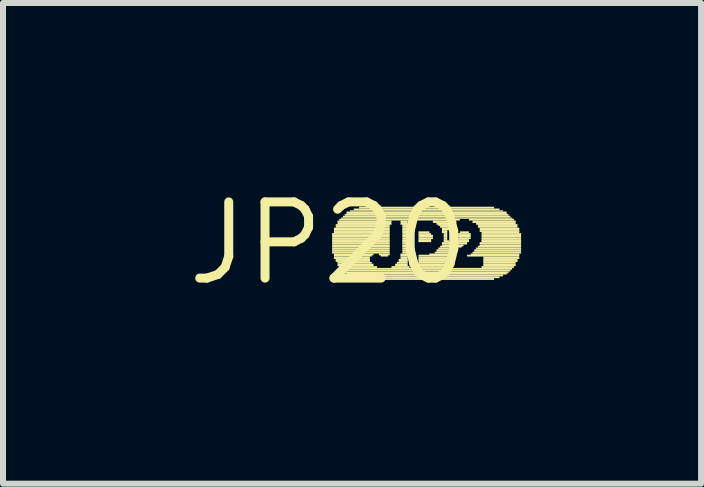
<source format=kicad_pcb>
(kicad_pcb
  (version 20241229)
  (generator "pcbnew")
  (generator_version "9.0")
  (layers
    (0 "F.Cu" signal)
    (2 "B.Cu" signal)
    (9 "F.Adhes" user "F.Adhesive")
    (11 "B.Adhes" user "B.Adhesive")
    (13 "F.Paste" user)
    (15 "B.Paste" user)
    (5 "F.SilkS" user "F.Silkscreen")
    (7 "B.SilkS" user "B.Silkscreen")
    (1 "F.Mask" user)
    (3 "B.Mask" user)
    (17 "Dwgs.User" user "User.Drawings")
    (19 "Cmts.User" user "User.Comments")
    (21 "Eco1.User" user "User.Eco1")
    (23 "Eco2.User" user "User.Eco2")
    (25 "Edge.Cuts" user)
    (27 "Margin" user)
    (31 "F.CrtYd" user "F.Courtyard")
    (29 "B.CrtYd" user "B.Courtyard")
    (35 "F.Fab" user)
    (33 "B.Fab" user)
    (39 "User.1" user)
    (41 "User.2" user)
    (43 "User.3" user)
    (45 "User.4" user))
  (footprint "JP20"
    (layer "F.Cu")
    (at 2.426 1.006)
    (property "Reference" "JP20" (at 0 0 0) (layer "F.SilkS") (effects (font (size 1.27 1.27) (thickness 0.15))))
    (fp_poly (pts (xy 0.06 -0.14) (xy 1.02 -0.14) (xy 1.02 -0.17) (xy 0.06 -0.17)) (stroke (width 0) (type solid)) (fill yes) (layer "F.SilkS"))
    (fp_poly (pts (xy 0.06 -0.1) (xy 1.02 -0.1) (xy 1.02 -0.14) (xy 0.06 -0.14)) (stroke (width 0) (type solid)) (fill yes) (layer "F.SilkS"))
    (fp_poly (pts (xy 0.06 -0.07) (xy 1.02 -0.07) (xy 1.02 -0.1) (xy 0.06 -0.1)) (stroke (width 0) (type solid)) (fill yes) (layer "F.SilkS"))
    (fp_poly (pts (xy 0.06 -0.04) (xy 1.02 -0.04) (xy 1.02 -0.07) (xy 0.06 -0.07)) (stroke (width 0) (type solid)) (fill yes) (layer "F.SilkS"))
    (fp_poly (pts (xy 0.06 -0.02) (xy 1.02 -0.02) (xy 1.02 -0.05) (xy 0.06 -0.05)) (stroke (width 0) (type solid)) (fill yes) (layer "F.SilkS"))
    (fp_poly (pts (xy 0.06 0.02) (xy 1.02 0.02) (xy 1.02 -0.02) (xy 0.06 -0.02)) (stroke (width 0) (type solid)) (fill yes) (layer "F.SilkS"))
    (fp_poly (pts (xy 0.06 0.05) (xy 1.02 0.05) (xy 1.02 0.02) (xy 0.06 0.02)) (stroke (width 0) (type solid)) (fill yes) (layer "F.SilkS"))
    (fp_poly (pts (xy 0.06 0.07) (xy 1.02 0.07) (xy 1.02 0.04) (xy 0.06 0.04)) (stroke (width 0) (type solid)) (fill yes) (layer "F.SilkS"))
    (fp_poly (pts (xy 0.06 0.1) (xy 1.02 0.1) (xy 1.02 0.07) (xy 0.06 0.07)) (stroke (width 0) (type solid)) (fill yes) (layer "F.SilkS"))
    (fp_poly (pts (xy 0.06 0.14) (xy 1.02 0.14) (xy 1.02 0.1) (xy 0.06 0.1)) (stroke (width 0) (type solid)) (fill yes) (layer "F.SilkS"))
    (fp_poly (pts (xy 0.06 0.17) (xy 1.02 0.17) (xy 1.02 0.14) (xy 0.06 0.14)) (stroke (width 0) (type solid)) (fill yes) (layer "F.SilkS"))
    (fp_poly (pts (xy 0.09 -0.22) (xy 1.02 -0.22) (xy 1.02 -0.26) (xy 0.09 -0.26)) (stroke (width 0) (type solid)) (fill yes) (layer "F.SilkS"))
    (fp_poly (pts (xy 0.09 -0.19) (xy 1.02 -0.19) (xy 1.02 -0.22) (xy 0.09 -0.22)) (stroke (width 0) (type solid)) (fill yes) (layer "F.SilkS"))
    (fp_poly (pts (xy 0.09 -0.17) (xy 1.02 -0.17) (xy 1.02 -0.2) (xy 0.09 -0.2)) (stroke (width 0) (type solid)) (fill yes) (layer "F.SilkS"))
    (fp_poly (pts (xy 0.09 0.2) (xy 0.75 0.2) (xy 0.75 0.17) (xy 0.09 0.17)) (stroke (width 0) (type solid)) (fill yes) (layer "F.SilkS"))
    (fp_poly (pts (xy 0.09 0.22) (xy 0.72 0.22) (xy 0.72 0.19) (xy 0.09 0.19)) (stroke (width 0) (type solid)) (fill yes) (layer "F.SilkS"))
    (fp_poly (pts (xy 0.09 0.26) (xy 0.69 0.26) (xy 0.69 0.22) (xy 0.09 0.22)) (stroke (width 0) (type solid)) (fill yes) (layer "F.SilkS"))
    (fp_poly (pts (xy 0.12 -0.29) (xy 1.02 -0.29) (xy 1.02 -0.32) (xy 0.12 -0.32)) (stroke (width 0) (type solid)) (fill yes) (layer "F.SilkS"))
    (fp_poly (pts (xy 0.12 -0.26) (xy 1.02 -0.26) (xy 1.02 -0.29) (xy 0.12 -0.29)) (stroke (width 0) (type solid)) (fill yes) (layer "F.SilkS"))
    (fp_poly (pts (xy 0.12 0.29) (xy 0.69 0.29) (xy 0.69 0.26) (xy 0.12 0.26)) (stroke (width 0) (type solid)) (fill yes) (layer "F.SilkS"))
    (fp_poly (pts (xy 0.12 0.31) (xy 0.69 0.31) (xy 0.69 0.28) (xy 0.12 0.28)) (stroke (width 0) (type solid)) (fill yes) (layer "F.SilkS"))
    (fp_poly (pts (xy 0.15 -0.34) (xy 1.05 -0.34) (xy 1.05 -0.38) (xy 0.15 -0.38)) (stroke (width 0) (type solid)) (fill yes) (layer "F.SilkS"))
    (fp_poly (pts (xy 0.15 -0.31) (xy 1.05 -0.31) (xy 1.05 -0.34) (xy 0.15 -0.34)) (stroke (width 0) (type solid)) (fill yes) (layer "F.SilkS"))
    (fp_poly (pts (xy 0.15 0.34) (xy 0.72 0.34) (xy 0.72 0.31) (xy 0.15 0.31)) (stroke (width 0) (type solid)) (fill yes) (layer "F.SilkS"))
    (fp_poly (pts (xy 0.15 0.38) (xy 0.75 0.38) (xy 0.75 0.34) (xy 0.15 0.34)) (stroke (width 0) (type solid)) (fill yes) (layer "F.SilkS"))
    (fp_poly (pts (xy 0.18 -0.38) (xy 2.19 -0.38) (xy 2.19 -0.41) (xy 0.18 -0.41)) (stroke (width 0) (type solid)) (fill yes) (layer "F.SilkS"))
    (fp_poly (pts (xy 0.18 0.41) (xy 0.81 0.41) (xy 0.81 0.38) (xy 0.18 0.38)) (stroke (width 0) (type solid)) (fill yes) (layer "F.SilkS"))
    (fp_poly (pts (xy 0.21 -0.41) (xy 3.06 -0.41) (xy 3.06 -0.43) (xy 0.21 -0.43)) (stroke (width 0) (type solid)) (fill yes) (layer "F.SilkS"))
    (fp_poly (pts (xy 0.21 0.44) (xy 3.06 0.44) (xy 3.06 0.41) (xy 0.21 0.41)) (stroke (width 0) (type solid)) (fill yes) (layer "F.SilkS"))
    (fp_poly (pts (xy 0.24 -0.43) (xy 3.03 -0.43) (xy 3.03 -0.46) (xy 0.24 -0.46)) (stroke (width 0) (type solid)) (fill yes) (layer "F.SilkS"))
    (fp_poly (pts (xy 0.24 0.47) (xy 3.03 0.47) (xy 3.03 0.44) (xy 0.24 0.44)) (stroke (width 0) (type solid)) (fill yes) (layer "F.SilkS"))
    (fp_poly (pts (xy 0.27 -0.46) (xy 3 -0.46) (xy 3 -0.49) (xy 0.27 -0.49)) (stroke (width 0) (type solid)) (fill yes) (layer "F.SilkS"))
    (fp_poly (pts (xy 0.27 0.5) (xy 3 0.5) (xy 3 0.47) (xy 0.27 0.47)) (stroke (width 0) (type solid)) (fill yes) (layer "F.SilkS"))
    (fp_poly (pts (xy 0.3 -0.49) (xy 2.97 -0.49) (xy 2.97 -0.53) (xy 0.3 -0.53)) (stroke (width 0) (type solid)) (fill yes) (layer "F.SilkS"))
    (fp_poly (pts (xy 0.3 0.52) (xy 2.97 0.52) (xy 2.97 0.49) (xy 0.3 0.49)) (stroke (width 0) (type solid)) (fill yes) (layer "F.SilkS"))
    (fp_poly (pts (xy 0.36 -0.53) (xy 2.91 -0.53) (xy 2.91 -0.55) (xy 0.36 -0.55)) (stroke (width 0) (type solid)) (fill yes) (layer "F.SilkS"))
    (fp_poly (pts (xy 0.36 0.55) (xy 2.91 0.55) (xy 2.91 0.52) (xy 0.36 0.52)) (stroke (width 0) (type solid)) (fill yes) (layer "F.SilkS"))
    (fp_poly (pts (xy 0.42 -0.55) (xy 2.85 -0.55) (xy 2.85 -0.58) (xy 0.42 -0.58)) (stroke (width 0) (type solid)) (fill yes) (layer "F.SilkS"))
    (fp_poly (pts (xy 0.42 0.58) (xy 2.85 0.58) (xy 2.85 0.55) (xy 0.42 0.55)) (stroke (width 0) (type solid)) (fill yes) (layer "F.SilkS"))
    (fp_poly (pts (xy 0.51 -0.58) (xy 2.76 -0.58) (xy 2.76 -0.61) (xy 0.51 -0.61)) (stroke (width 0) (type solid)) (fill yes) (layer "F.SilkS"))
    (fp_poly (pts (xy 0.51 0.61) (xy 2.76 0.61) (xy 2.76 0.58) (xy 0.51 0.58)) (stroke (width 0) (type solid)) (fill yes) (layer "F.SilkS"))
    (fp_poly (pts (xy 0.84 0.2) (xy 1.02 0.2) (xy 1.02 0.17) (xy 0.84 0.17)) (stroke (width 0) (type solid)) (fill yes) (layer "F.SilkS"))
    (fp_poly (pts (xy 0.87 0.22) (xy 0.99 0.22) (xy 0.99 0.19) (xy 0.87 0.19)) (stroke (width 0) (type solid)) (fill yes) (layer "F.SilkS"))
    (fp_poly (pts (xy 1.05 0.41) (xy 1.35 0.41) (xy 1.35 0.38) (xy 1.05 0.38)) (stroke (width 0) (type solid)) (fill yes) (layer "F.SilkS"))
    (fp_poly (pts (xy 1.11 0.38) (xy 1.32 0.38) (xy 1.32 0.34) (xy 1.11 0.34)) (stroke (width 0) (type solid)) (fill yes) (layer "F.SilkS"))
    (fp_poly (pts (xy 1.14 0.34) (xy 1.32 0.34) (xy 1.32 0.31) (xy 1.14 0.31)) (stroke (width 0) (type solid)) (fill yes) (layer "F.SilkS"))
    (fp_poly (pts (xy 1.17 0.29) (xy 1.32 0.29) (xy 1.32 0.26) (xy 1.17 0.26)) (stroke (width 0) (type solid)) (fill yes) (layer "F.SilkS"))
    (fp_poly (pts (xy 1.17 0.31) (xy 1.32 0.31) (xy 1.32 0.28) (xy 1.17 0.28)) (stroke (width 0) (type solid)) (fill yes) (layer "F.SilkS"))
    (fp_poly (pts (xy 1.2 -0.34) (xy 1.32 -0.34) (xy 1.32 -0.38) (xy 1.2 -0.38)) (stroke (width 0) (type solid)) (fill yes) (layer "F.SilkS"))
    (fp_poly (pts (xy 1.2 -0.31) (xy 1.32 -0.31) (xy 1.32 -0.34) (xy 1.2 -0.34)) (stroke (width 0) (type solid)) (fill yes) (layer "F.SilkS"))
    (fp_poly (pts (xy 1.2 0.2) (xy 1.32 0.2) (xy 1.32 0.17) (xy 1.2 0.17)) (stroke (width 0) (type solid)) (fill yes) (layer "F.SilkS"))
    (fp_poly (pts (xy 1.2 0.22) (xy 1.32 0.22) (xy 1.32 0.19) (xy 1.2 0.19)) (stroke (width 0) (type solid)) (fill yes) (layer "F.SilkS"))
    (fp_poly (pts (xy 1.2 0.26) (xy 1.32 0.26) (xy 1.32 0.22) (xy 1.2 0.22)) (stroke (width 0) (type solid)) (fill yes) (layer "F.SilkS"))
    (fp_poly (pts (xy 1.23 -0.29) (xy 1.32 -0.29) (xy 1.32 -0.32) (xy 1.23 -0.32)) (stroke (width 0) (type solid)) (fill yes) (layer "F.SilkS"))
    (fp_poly (pts (xy 1.23 -0.26) (xy 1.32 -0.26) (xy 1.32 -0.29) (xy 1.23 -0.29)) (stroke (width 0) (type solid)) (fill yes) (layer "F.SilkS"))
    (fp_poly (pts (xy 1.23 -0.22) (xy 1.32 -0.22) (xy 1.32 -0.26) (xy 1.23 -0.26)) (stroke (width 0) (type solid)) (fill yes) (layer "F.SilkS"))
    (fp_poly (pts (xy 1.23 -0.19) (xy 1.32 -0.19) (xy 1.32 -0.22) (xy 1.23 -0.22)) (stroke (width 0) (type solid)) (fill yes) (layer "F.SilkS"))
    (fp_poly (pts (xy 1.23 -0.17) (xy 1.32 -0.17) (xy 1.32 -0.2) (xy 1.23 -0.2)) (stroke (width 0) (type solid)) (fill yes) (layer "F.SilkS"))
    (fp_poly (pts (xy 1.23 -0.14) (xy 1.32 -0.14) (xy 1.32 -0.17) (xy 1.23 -0.17)) (stroke (width 0) (type solid)) (fill yes) (layer "F.SilkS"))
    (fp_poly (pts (xy 1.23 -0.1) (xy 1.32 -0.1) (xy 1.32 -0.14) (xy 1.23 -0.14)) (stroke (width 0) (type solid)) (fill yes) (layer "F.SilkS"))
    (fp_poly (pts (xy 1.23 -0.07) (xy 1.32 -0.07) (xy 1.32 -0.1) (xy 1.23 -0.1)) (stroke (width 0) (type solid)) (fill yes) (layer "F.SilkS"))
    (fp_poly (pts (xy 1.23 -0.04) (xy 1.32 -0.04) (xy 1.32 -0.07) (xy 1.23 -0.07)) (stroke (width 0) (type solid)) (fill yes) (layer "F.SilkS"))
    (fp_poly (pts (xy 1.23 -0.02) (xy 1.32 -0.02) (xy 1.32 -0.05) (xy 1.23 -0.05)) (stroke (width 0) (type solid)) (fill yes) (layer "F.SilkS"))
    (fp_poly (pts (xy 1.23 0.02) (xy 1.32 0.02) (xy 1.32 -0.02) (xy 1.23 -0.02)) (stroke (width 0) (type solid)) (fill yes) (layer "F.SilkS"))
    (fp_poly (pts (xy 1.23 0.05) (xy 1.32 0.05) (xy 1.32 0.02) (xy 1.23 0.02)) (stroke (width 0) (type solid)) (fill yes) (layer "F.SilkS"))
    (fp_poly (pts (xy 1.23 0.07) (xy 1.32 0.07) (xy 1.32 0.04) (xy 1.23 0.04)) (stroke (width 0) (type solid)) (fill yes) (layer "F.SilkS"))
    (fp_poly (pts (xy 1.23 0.1) (xy 1.32 0.1) (xy 1.32 0.07) (xy 1.23 0.07)) (stroke (width 0) (type solid)) (fill yes) (layer "F.SilkS"))
    (fp_poly (pts (xy 1.23 0.14) (xy 1.32 0.14) (xy 1.32 0.1) (xy 1.23 0.1)) (stroke (width 0) (type solid)) (fill yes) (layer "F.SilkS"))
    (fp_poly (pts (xy 1.23 0.17) (xy 1.32 0.17) (xy 1.32 0.14) (xy 1.23 0.14)) (stroke (width 0) (type solid)) (fill yes) (layer "F.SilkS"))
    (fp_poly (pts (xy 1.47 0.41) (xy 2.01 0.41) (xy 2.01 0.38) (xy 1.47 0.38)) (stroke (width 0) (type solid)) (fill yes) (layer "F.SilkS"))
    (fp_poly (pts (xy 1.5 -0.17) (xy 1.68 -0.17) (xy 1.68 -0.2) (xy 1.5 -0.2)) (stroke (width 0) (type solid)) (fill yes) (layer "F.SilkS"))
    (fp_poly (pts (xy 1.5 -0.14) (xy 1.71 -0.14) (xy 1.71 -0.17) (xy 1.5 -0.17)) (stroke (width 0) (type solid)) (fill yes) (layer "F.SilkS"))
    (fp_poly (pts (xy 1.5 -0.1) (xy 1.74 -0.1) (xy 1.74 -0.14) (xy 1.5 -0.14)) (stroke (width 0) (type solid)) (fill yes) (layer "F.SilkS"))
    (fp_poly (pts (xy 1.5 -0.07) (xy 1.74 -0.07) (xy 1.74 -0.1) (xy 1.5 -0.1)) (stroke (width 0) (type solid)) (fill yes) (layer "F.SilkS"))
    (fp_poly (pts (xy 1.5 -0.04) (xy 1.71 -0.04) (xy 1.71 -0.07) (xy 1.5 -0.07)) (stroke (width 0) (type solid)) (fill yes) (layer "F.SilkS"))
    (fp_poly (pts (xy 1.5 -0.02) (xy 1.71 -0.02) (xy 1.71 -0.05) (xy 1.5 -0.05)) (stroke (width 0) (type solid)) (fill yes) (layer "F.SilkS"))
    (fp_poly (pts (xy 1.5 0.22) (xy 2.01 0.22) (xy 2.01 0.19) (xy 1.5 0.19)) (stroke (width 0) (type solid)) (fill yes) (layer "F.SilkS"))
    (fp_poly (pts (xy 1.5 0.26) (xy 1.98 0.26) (xy 1.98 0.22) (xy 1.5 0.22)) (stroke (width 0) (type solid)) (fill yes) (layer "F.SilkS"))
    (fp_poly (pts (xy 1.5 0.29) (xy 1.98 0.29) (xy 1.98 0.26) (xy 1.5 0.26)) (stroke (width 0) (type solid)) (fill yes) (layer "F.SilkS"))
    (fp_poly (pts (xy 1.5 0.31) (xy 1.98 0.31) (xy 1.98 0.28) (xy 1.5 0.28)) (stroke (width 0) (type solid)) (fill yes) (layer "F.SilkS"))
    (fp_poly (pts (xy 1.5 0.34) (xy 1.98 0.34) (xy 1.98 0.31) (xy 1.5 0.31)) (stroke (width 0) (type solid)) (fill yes) (layer "F.SilkS"))
    (fp_poly (pts (xy 1.5 0.38) (xy 1.98 0.38) (xy 1.98 0.34) (xy 1.5 0.34)) (stroke (width 0) (type solid)) (fill yes) (layer "F.SilkS"))
    (fp_poly (pts (xy 1.68 0.2) (xy 2.04 0.2) (xy 2.04 0.17) (xy 1.68 0.17)) (stroke (width 0) (type solid)) (fill yes) (layer "F.SilkS"))
    (fp_poly (pts (xy 1.74 -0.34) (xy 2.13 -0.34) (xy 2.13 -0.38) (xy 1.74 -0.38)) (stroke (width 0) (type solid)) (fill yes) (layer "F.SilkS"))
    (fp_poly (pts (xy 1.77 0.17) (xy 2.07 0.17) (xy 2.07 0.14) (xy 1.77 0.14)) (stroke (width 0) (type solid)) (fill yes) (layer "F.SilkS"))
    (fp_poly (pts (xy 1.8 -0.31) (xy 2.07 -0.31) (xy 2.07 -0.34) (xy 1.8 -0.34)) (stroke (width 0) (type solid)) (fill yes) (layer "F.SilkS"))
    (fp_poly (pts (xy 1.8 0.14) (xy 2.1 0.14) (xy 2.1 0.1) (xy 1.8 0.1)) (stroke (width 0) (type solid)) (fill yes) (layer "F.SilkS"))
    (fp_poly (pts (xy 1.83 -0.29) (xy 2.04 -0.29) (xy 2.04 -0.32) (xy 1.83 -0.32)) (stroke (width 0) (type solid)) (fill yes) (layer "F.SilkS"))
    (fp_poly (pts (xy 1.83 0.1) (xy 2.16 0.1) (xy 2.16 0.07) (xy 1.83 0.07)) (stroke (width 0) (type solid)) (fill yes) (layer "F.SilkS"))
    (fp_poly (pts (xy 1.86 -0.26) (xy 2.01 -0.26) (xy 2.01 -0.29) (xy 1.86 -0.29)) (stroke (width 0) (type solid)) (fill yes) (layer "F.SilkS"))
    (fp_poly (pts (xy 1.86 0.07) (xy 2.22 0.07) (xy 2.22 0.04) (xy 1.86 0.04)) (stroke (width 0) (type solid)) (fill yes) (layer "F.SilkS"))
    (fp_poly (pts (xy 1.89 -0.22) (xy 2.01 -0.22) (xy 2.01 -0.26) (xy 1.89 -0.26)) (stroke (width 0) (type solid)) (fill yes) (layer "F.SilkS"))
    (fp_poly (pts (xy 1.89 -0.19) (xy 1.98 -0.19) (xy 1.98 -0.22) (xy 1.89 -0.22)) (stroke (width 0) (type solid)) (fill yes) (layer "F.SilkS"))
    (fp_poly (pts (xy 1.89 -0.17) (xy 1.98 -0.17) (xy 1.98 -0.2) (xy 1.89 -0.2)) (stroke (width 0) (type solid)) (fill yes) (layer "F.SilkS"))
    (fp_poly (pts (xy 1.89 0.02) (xy 2.31 0.02) (xy 2.31 -0.02) (xy 1.89 -0.02)) (stroke (width 0) (type solid)) (fill yes) (layer "F.SilkS"))
    (fp_poly (pts (xy 1.89 0.05) (xy 2.25 0.05) (xy 2.25 0.02) (xy 1.89 0.02)) (stroke (width 0) (type solid)) (fill yes) (layer "F.SilkS"))
    (fp_poly (pts (xy 1.92 -0.14) (xy 1.98 -0.14) (xy 1.98 -0.17) (xy 1.92 -0.17)) (stroke (width 0) (type solid)) (fill yes) (layer "F.SilkS"))
    (fp_poly (pts (xy 1.92 -0.1) (xy 1.98 -0.1) (xy 1.98 -0.14) (xy 1.92 -0.14)) (stroke (width 0) (type solid)) (fill yes) (layer "F.SilkS"))
    (fp_poly (pts (xy 1.92 -0.07) (xy 1.98 -0.07) (xy 1.98 -0.1) (xy 1.92 -0.1)) (stroke (width 0) (type solid)) (fill yes) (layer "F.SilkS"))
    (fp_poly (pts (xy 1.92 -0.04) (xy 1.98 -0.04) (xy 1.98 -0.07) (xy 1.92 -0.07)) (stroke (width 0) (type solid)) (fill yes) (layer "F.SilkS"))
    (fp_poly (pts (xy 1.92 -0.02) (xy 2.01 -0.02) (xy 2.01 -0.05) (xy 1.92 -0.05)) (stroke (width 0) (type solid)) (fill yes) (layer "F.SilkS"))
    (fp_poly (pts (xy 2.13 -0.02) (xy 2.34 -0.02) (xy 2.34 -0.05) (xy 2.13 -0.05)) (stroke (width 0) (type solid)) (fill yes) (layer "F.SilkS"))
    (fp_poly (pts (xy 2.16 -0.14) (xy 2.37 -0.14) (xy 2.37 -0.17) (xy 2.16 -0.17)) (stroke (width 0) (type solid)) (fill yes) (layer "F.SilkS"))
    (fp_poly (pts (xy 2.16 -0.1) (xy 2.37 -0.1) (xy 2.37 -0.14) (xy 2.16 -0.14)) (stroke (width 0) (type solid)) (fill yes) (layer "F.SilkS"))
    (fp_poly (pts (xy 2.16 -0.07) (xy 2.37 -0.07) (xy 2.37 -0.1) (xy 2.16 -0.1)) (stroke (width 0) (type solid)) (fill yes) (layer "F.SilkS"))
    (fp_poly (pts (xy 2.16 -0.04) (xy 2.34 -0.04) (xy 2.34 -0.07) (xy 2.16 -0.07)) (stroke (width 0) (type solid)) (fill yes) (layer "F.SilkS"))
    (fp_poly (pts (xy 2.19 -0.17) (xy 2.34 -0.17) (xy 2.34 -0.2) (xy 2.19 -0.2)) (stroke (width 0) (type solid)) (fill yes) (layer "F.SilkS"))
    (fp_poly (pts (xy 2.31 0.22) (xy 3.18 0.22) (xy 3.18 0.19) (xy 2.31 0.19)) (stroke (width 0) (type solid)) (fill yes) (layer "F.SilkS"))
    (fp_poly (pts (xy 2.34 -0.38) (xy 3.09 -0.38) (xy 3.09 -0.41) (xy 2.34 -0.41)) (stroke (width 0) (type solid)) (fill yes) (layer "F.SilkS"))
    (fp_poly (pts (xy 2.37 0.2) (xy 3.18 0.2) (xy 3.18 0.17) (xy 2.37 0.17)) (stroke (width 0) (type solid)) (fill yes) (layer "F.SilkS"))
    (fp_poly (pts (xy 2.4 -0.34) (xy 3.12 -0.34) (xy 3.12 -0.38) (xy 2.4 -0.38)) (stroke (width 0) (type solid)) (fill yes) (layer "F.SilkS"))
    (fp_poly (pts (xy 2.4 0.17) (xy 3.21 0.17) (xy 3.21 0.14) (xy 2.4 0.14)) (stroke (width 0) (type solid)) (fill yes) (layer "F.SilkS"))
    (fp_poly (pts (xy 2.43 0.14) (xy 3.21 0.14) (xy 3.21 0.1) (xy 2.43 0.1)) (stroke (width 0) (type solid)) (fill yes) (layer "F.SilkS"))
    (fp_poly (pts (xy 2.46 -0.31) (xy 3.12 -0.31) (xy 3.12 -0.34) (xy 2.46 -0.34)) (stroke (width 0) (type solid)) (fill yes) (layer "F.SilkS"))
    (fp_poly (pts (xy 2.46 0.1) (xy 3.21 0.1) (xy 3.21 0.07) (xy 2.46 0.07)) (stroke (width 0) (type solid)) (fill yes) (layer "F.SilkS"))
    (fp_poly (pts (xy 2.49 -0.29) (xy 3.15 -0.29) (xy 3.15 -0.32) (xy 2.49 -0.32)) (stroke (width 0) (type solid)) (fill yes) (layer "F.SilkS"))
    (fp_poly (pts (xy 2.49 -0.26) (xy 3.15 -0.26) (xy 3.15 -0.29) (xy 2.49 -0.29)) (stroke (width 0) (type solid)) (fill yes) (layer "F.SilkS"))
    (fp_poly (pts (xy 2.49 0.07) (xy 3.21 0.07) (xy 3.21 0.04) (xy 2.49 0.04)) (stroke (width 0) (type solid)) (fill yes) (layer "F.SilkS"))
    (fp_poly (pts (xy 2.52 -0.22) (xy 3.18 -0.22) (xy 3.18 -0.26) (xy 2.52 -0.26)) (stroke (width 0) (type solid)) (fill yes) (layer "F.SilkS"))
    (fp_poly (pts (xy 2.52 -0.19) (xy 3.18 -0.19) (xy 3.18 -0.22) (xy 2.52 -0.22)) (stroke (width 0) (type solid)) (fill yes) (layer "F.SilkS"))
    (fp_poly (pts (xy 2.52 0.02) (xy 3.21 0.02) (xy 3.21 -0.02) (xy 2.52 -0.02)) (stroke (width 0) (type solid)) (fill yes) (layer "F.SilkS"))
    (fp_poly (pts (xy 2.52 0.05) (xy 3.21 0.05) (xy 3.21 0.02) (xy 2.52 0.02)) (stroke (width 0) (type solid)) (fill yes) (layer "F.SilkS"))
    (fp_poly (pts (xy 2.55 -0.17) (xy 3.18 -0.17) (xy 3.18 -0.2) (xy 2.55 -0.2)) (stroke (width 0) (type solid)) (fill yes) (layer "F.SilkS"))
    (fp_poly (pts (xy 2.55 -0.14) (xy 3.21 -0.14) (xy 3.21 -0.17) (xy 2.55 -0.17)) (stroke (width 0) (type solid)) (fill yes) (layer "F.SilkS"))
    (fp_poly (pts (xy 2.55 -0.1) (xy 3.21 -0.1) (xy 3.21 -0.14) (xy 2.55 -0.14)) (stroke (width 0) (type solid)) (fill yes) (layer "F.SilkS"))
    (fp_poly (pts (xy 2.55 -0.07) (xy 3.21 -0.07) (xy 3.21 -0.1) (xy 2.55 -0.1)) (stroke (width 0) (type solid)) (fill yes) (layer "F.SilkS"))
    (fp_poly (pts (xy 2.55 -0.04) (xy 3.21 -0.04) (xy 3.21 -0.07) (xy 2.55 -0.07)) (stroke (width 0) (type solid)) (fill yes) (layer "F.SilkS"))
    (fp_poly (pts (xy 2.55 -0.02) (xy 3.21 -0.02) (xy 3.21 -0.05) (xy 2.55 -0.05)) (stroke (width 0) (type solid)) (fill yes) (layer "F.SilkS"))
    (fp_poly (pts (xy 2.55 0.41) (xy 3.09 0.41) (xy 3.09 0.38) (xy 2.55 0.38)) (stroke (width 0) (type solid)) (fill yes) (layer "F.SilkS"))
    (fp_poly (pts (xy 2.58 0.26) (xy 3.18 0.26) (xy 3.18 0.22) (xy 2.58 0.22)) (stroke (width 0) (type solid)) (fill yes) (layer "F.SilkS"))
    (fp_poly (pts (xy 2.58 0.29) (xy 3.15 0.29) (xy 3.15 0.26) (xy 2.58 0.26)) (stroke (width 0) (type solid)) (fill yes) (layer "F.SilkS"))
    (fp_poly (pts (xy 2.58 0.31) (xy 3.15 0.31) (xy 3.15 0.28) (xy 2.58 0.28)) (stroke (width 0) (type solid)) (fill yes) (layer "F.SilkS"))
    (fp_poly (pts (xy 2.58 0.34) (xy 3.12 0.34) (xy 3.12 0.31) (xy 2.58 0.31)) (stroke (width 0) (type solid)) (fill yes) (layer "F.SilkS"))
    (fp_poly (pts (xy 2.58 0.38) (xy 3.12 0.38) (xy 3.12 0.34) (xy 2.58 0.34)) (stroke (width 0) (type solid)) (fill yes) (layer "F.SilkS")))
  (gr_rect
    (start -3 -3)
    (end 8.636 5.012)
    (stroke (width 0.1) (type default))
    (fill no)
    (layer "Edge.Cuts")))
</source>
